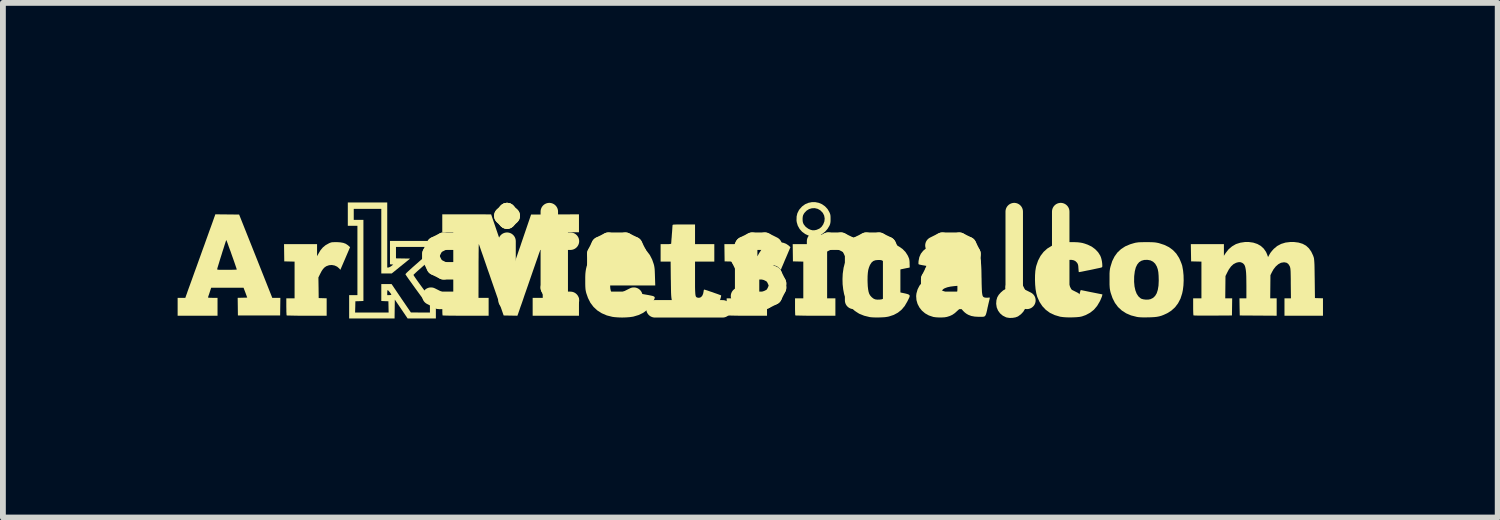
<source format=kicad_pcb>
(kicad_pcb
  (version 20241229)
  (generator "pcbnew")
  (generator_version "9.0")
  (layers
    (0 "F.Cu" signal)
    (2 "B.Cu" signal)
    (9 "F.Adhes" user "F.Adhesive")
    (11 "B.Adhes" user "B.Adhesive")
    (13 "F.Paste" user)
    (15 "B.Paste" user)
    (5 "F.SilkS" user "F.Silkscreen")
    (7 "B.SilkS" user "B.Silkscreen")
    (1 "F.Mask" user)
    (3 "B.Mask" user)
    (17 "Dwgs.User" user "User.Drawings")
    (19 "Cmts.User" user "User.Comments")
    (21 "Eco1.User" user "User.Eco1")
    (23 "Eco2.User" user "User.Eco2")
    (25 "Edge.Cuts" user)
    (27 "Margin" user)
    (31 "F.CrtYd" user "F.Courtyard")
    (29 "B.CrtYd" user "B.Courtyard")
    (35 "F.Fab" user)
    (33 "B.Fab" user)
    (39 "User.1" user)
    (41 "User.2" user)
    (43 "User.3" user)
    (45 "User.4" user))
  (footprint "site_small"
    (layer "F.Cu")
    (at 9.829 1.418)
    (property "Reference" "site_small" (at 0 0 0) (layer "F.SilkS") (effects (font (size 1.524 1.524) (thickness 0.3))))
    (attr exclude_from_pos_files exclude_from_bom)
    (fp_poly (pts (xy 1.323 0.654) (xy 1.465 0.654) (xy 1.465 0.953) (xy 1.124 0.953) (xy 1.052 0.953) (xy 0.985 0.953) (xy 0.924 0.952) (xy 0.872 0.951) (xy 0.83 0.95) (xy 0.799 0.95) (xy 0.781 0.948) (xy 0.777 0.948) (xy 0.775 0.939) (xy 0.774 0.916) (xy 0.773 0.883) (xy 0.772 0.842) (xy 0.772 0.798) (xy 0.772 0.654) (xy 0.914 0.654) (xy 0.914 0.024) (xy 0.825 0.022) (xy 0.736 0.02) (xy 0.732 -0.276) (xy 1.323 -0.276)) (stroke (width 0) (type solid)) (fill yes) (layer "F.SilkS"))
    (fp_poly (pts (xy 4.496 0.482) (xy 4.559 0.493) (xy 4.616 0.519) (xy 4.665 0.556) (xy 4.704 0.606) (xy 4.72 0.637) (xy 4.733 0.68) (xy 4.738 0.73) (xy 4.735 0.781) (xy 4.724 0.827) (xy 4.719 0.839) (xy 4.691 0.885) (xy 4.652 0.927) (xy 4.606 0.961) (xy 4.596 0.967) (xy 4.555 0.982) (xy 4.506 0.99) (xy 4.455 0.991) (xy 4.409 0.984) (xy 4.395 0.98) (xy 4.339 0.952) (xy 4.293 0.913) (xy 4.258 0.865) (xy 4.235 0.81) (xy 4.226 0.749) (xy 4.226 0.744) (xy 4.23 0.687) (xy 4.244 0.638) (xy 4.269 0.595) (xy 4.304 0.555) (xy 4.345 0.519) (xy 4.385 0.496) (xy 4.429 0.484) (xy 4.48 0.481)) (stroke (width 0) (type solid)) (fill yes) (layer "F.SilkS"))
    (fp_poly (pts (xy -7.1 -0.311) (xy -7.037 -0.307) (xy -6.985 -0.298) (xy -6.942 -0.282) (xy -6.905 -0.257) (xy -6.897 -0.25) (xy -6.868 -0.224) (xy -6.951 -0.03) (xy -7.035 0.165) (xy -7.055 0.141) (xy -7.09 0.111) (xy -7.133 0.091) (xy -7.181 0.082) (xy -7.229 0.086) (xy -7.274 0.102) (xy -7.278 0.104) (xy -7.308 0.125) (xy -7.333 0.152) (xy -7.357 0.187) (xy -7.382 0.235) (xy -7.384 0.239) (xy -7.412 0.296) (xy -7.409 0.473) (xy -7.407 0.65) (xy -7.338 0.652) (xy -7.27 0.654) (xy -7.27 0.953) (xy -7.611 0.953) (xy -7.683 0.953) (xy -7.75 0.953) (xy -7.81 0.952) (xy -7.862 0.951) (xy -7.905 0.95) (xy -7.936 0.95) (xy -7.954 0.948) (xy -7.957 0.948) (xy -7.959 0.939) (xy -7.96 0.916) (xy -7.962 0.883) (xy -7.962 0.842) (xy -7.963 0.798) (xy -7.963 0.654) (xy -7.821 0.654) (xy -7.821 0.024) (xy -7.998 0.02) (xy -8 -0.128) (xy -8.002 -0.276) (xy -7.435 -0.276) (xy -7.435 -0.069) (xy -7.414 -0.107) (xy -7.377 -0.17) (xy -7.336 -0.219) (xy -7.289 -0.258) (xy -7.233 -0.289) (xy -7.233 -0.29) (xy -7.211 -0.299) (xy -7.191 -0.306) (xy -7.169 -0.309) (xy -7.14 -0.31) (xy -7.101 -0.311)) (stroke (width 0) (type solid)) (fill yes) (layer "F.SilkS"))
    (fp_poly (pts (xy 0.461 -0.311) (xy 0.524 -0.308) (xy 0.576 -0.298) (xy 0.618 -0.282) (xy 0.656 -0.257) (xy 0.665 -0.25) (xy 0.693 -0.224) (xy 0.618 -0.047) (xy 0.596 0.003) (xy 0.577 0.049) (xy 0.56 0.089) (xy 0.546 0.121) (xy 0.538 0.141) (xy 0.535 0.148) (xy 0.528 0.167) (xy 0.507 0.142) (xy 0.47 0.11) (xy 0.424 0.09) (xy 0.37 0.084) (xy 0.321 0.089) (xy 0.278 0.107) (xy 0.24 0.139) (xy 0.206 0.184) (xy 0.184 0.224) (xy 0.158 0.279) (xy 0.158 0.654) (xy 0.291 0.654) (xy 0.291 0.953) (xy -0.05 0.953) (xy -0.122 0.953) (xy -0.189 0.953) (xy -0.249 0.952) (xy -0.301 0.951) (xy -0.344 0.95) (xy -0.375 0.95) (xy -0.393 0.948) (xy -0.396 0.948) (xy -0.398 0.939) (xy -0.4 0.916) (xy -0.401 0.883) (xy -0.401 0.842) (xy -0.402 0.798) (xy -0.402 0.654) (xy -0.26 0.654) (xy -0.26 0.024) (xy -0.349 0.022) (xy -0.437 0.02) (xy -0.441 -0.276) (xy 0.126 -0.276) (xy 0.126 -0.171) (xy 0.126 -0.067) (xy 0.155 -0.12) (xy 0.194 -0.18) (xy 0.241 -0.231) (xy 0.295 -0.271) (xy 0.322 -0.286) (xy 0.346 -0.297) (xy 0.367 -0.305) (xy 0.387 -0.309) (xy 0.413 -0.31) (xy 0.449 -0.311)) (stroke (width 0) (type solid)) (fill yes) (layer "F.SilkS"))
    (fp_poly (pts (xy 1.121 -0.997) (xy 1.18 -0.985) (xy 1.236 -0.961) (xy 1.286 -0.926) (xy 1.33 -0.879) (xy 1.359 -0.83) (xy 1.37 -0.806) (xy 1.377 -0.785) (xy 1.381 -0.761) (xy 1.382 -0.729) (xy 1.382 -0.709) (xy 1.382 -0.671) (xy 1.379 -0.643) (xy 1.374 -0.62) (xy 1.365 -0.597) (xy 1.361 -0.589) (xy 1.33 -0.538) (xy 1.29 -0.492) (xy 1.244 -0.455) (xy 1.212 -0.437) (xy 1.166 -0.422) (xy 1.115 -0.413) (xy 1.064 -0.412) (xy 1.019 -0.418) (xy 1.01 -0.42) (xy 0.948 -0.449) (xy 0.894 -0.488) (xy 0.851 -0.536) (xy 0.819 -0.593) (xy 0.801 -0.654) (xy 0.797 -0.686) (xy 0.798 -0.705) (xy 0.902 -0.705) (xy 0.903 -0.672) (xy 0.908 -0.647) (xy 0.917 -0.624) (xy 0.924 -0.612) (xy 0.957 -0.571) (xy 1.002 -0.539) (xy 1.037 -0.523) (xy 1.071 -0.514) (xy 1.103 -0.514) (xy 1.139 -0.521) (xy 1.145 -0.523) (xy 1.191 -0.543) (xy 1.227 -0.573) (xy 1.256 -0.615) (xy 1.276 -0.666) (xy 1.281 -0.717) (xy 1.272 -0.767) (xy 1.249 -0.813) (xy 1.212 -0.851) (xy 1.207 -0.856) (xy 1.161 -0.882) (xy 1.111 -0.894) (xy 1.061 -0.892) (xy 1.013 -0.878) (xy 0.97 -0.851) (xy 0.934 -0.813) (xy 0.924 -0.798) (xy 0.911 -0.773) (xy 0.905 -0.75) (xy 0.902 -0.722) (xy 0.902 -0.705) (xy 0.798 -0.705) (xy 0.799 -0.75) (xy 0.812 -0.806) (xy 0.839 -0.86) (xy 0.85 -0.875) (xy 0.894 -0.924) (xy 0.945 -0.961) (xy 1.001 -0.985) (xy 1.06 -0.997)) (stroke (width 0) (type solid)) (fill yes) (layer "F.SilkS"))
    (fp_poly (pts (xy -8.977 -0.786) (xy -8.773 -0.784) (xy -8.488 -0.069) (xy -8.204 0.646) (xy -8.065 0.646) (xy -8.067 0.797) (xy -8.069 0.949) (xy -8.794 0.949) (xy -8.796 0.798) (xy -8.798 0.646) (xy -8.634 0.642) (xy -8.665 0.557) (xy -8.697 0.473) (xy -9.253 0.473) (xy -9.278 0.549) (xy -9.289 0.583) (xy -9.299 0.611) (xy -9.305 0.63) (xy -9.307 0.636) (xy -9.305 0.641) (xy -9.293 0.644) (xy -9.27 0.645) (xy -9.233 0.646) (xy -9.228 0.646) (xy -9.144 0.646) (xy -9.144 0.953) (xy -9.829 0.953) (xy -9.829 0.646) (xy -9.697 0.646) (xy -9.685 0.612) (xy -9.681 0.6) (xy -9.671 0.574) (xy -9.658 0.535) (xy -9.64 0.485) (xy -9.618 0.425) (xy -9.593 0.356) (xy -9.565 0.278) (xy -9.535 0.194) (xy -9.521 0.156) (xy -9.15 0.156) (xy -9.147 0.16) (xy -9.138 0.162) (xy -9.122 0.164) (xy -9.097 0.165) (xy -9.061 0.165) (xy -9.012 0.165) (xy -8.983 0.165) (xy -8.934 0.165) (xy -8.889 0.164) (xy -8.853 0.163) (xy -8.828 0.162) (xy -8.814 0.16) (xy -8.813 0.159) (xy -8.816 0.15) (xy -8.823 0.128) (xy -8.834 0.096) (xy -8.848 0.055) (xy -8.864 0.009) (xy -8.882 -0.042) (xy -8.901 -0.095) (xy -8.919 -0.148) (xy -8.938 -0.198) (xy -8.955 -0.245) (xy -8.969 -0.285) (xy -8.981 -0.317) (xy -8.99 -0.338) (xy -8.993 -0.346) (xy -8.994 -0.346) (xy -8.997 -0.339) (xy -9.004 -0.319) (xy -9.014 -0.288) (xy -9.027 -0.248) (xy -9.041 -0.202) (xy -9.058 -0.151) (xy -9.074 -0.098) (xy -9.091 -0.045) (xy -9.107 0.007) (xy -9.121 0.054) (xy -9.134 0.096) (xy -9.144 0.129) (xy -9.15 0.152) (xy -9.15 0.156) (xy -9.521 0.156) (xy -9.502 0.104) (xy -9.468 0.009) (xy -9.439 -0.071) (xy -9.404 -0.169) (xy -9.37 -0.262) (xy -9.338 -0.352) (xy -9.308 -0.435) (xy -9.281 -0.511) (xy -9.256 -0.579) (xy -9.235 -0.637) (xy -9.218 -0.685) (xy -9.205 -0.722) (xy -9.197 -0.745) (xy -9.193 -0.754) (xy -9.182 -0.788)) (stroke (width 0) (type solid)) (fill yes) (layer "F.SilkS"))
    (fp_poly (pts (xy -0.945 -0.276) (xy -0.614 -0.276) (xy -0.614 0.024) (xy -0.945 0.024) (xy -0.945 0.308) (xy -0.945 0.387) (xy -0.945 0.453) (xy -0.944 0.505) (xy -0.942 0.546) (xy -0.94 0.578) (xy -0.937 0.601) (xy -0.933 0.617) (xy -0.927 0.628) (xy -0.92 0.635) (xy -0.912 0.64) (xy -0.909 0.641) (xy -0.877 0.646) (xy -0.848 0.637) (xy -0.824 0.615) (xy -0.808 0.581) (xy -0.804 0.566) (xy -0.799 0.541) (xy -0.796 0.522) (xy -0.795 0.515) (xy -0.79 0.505) (xy -0.786 0.504) (xy -0.776 0.507) (xy -0.755 0.513) (xy -0.724 0.523) (xy -0.688 0.536) (xy -0.648 0.549) (xy -0.607 0.564) (xy -0.569 0.577) (xy -0.536 0.589) (xy -0.512 0.598) (xy -0.498 0.603) (xy -0.497 0.604) (xy -0.497 0.613) (xy -0.501 0.633) (xy -0.509 0.662) (xy -0.52 0.694) (xy -0.533 0.727) (xy -0.546 0.758) (xy -0.547 0.761) (xy -0.585 0.827) (xy -0.633 0.881) (xy -0.692 0.923) (xy -0.761 0.953) (xy -0.766 0.955) (xy -0.809 0.964) (xy -0.861 0.971) (xy -0.919 0.974) (xy -0.976 0.973) (xy -1.028 0.969) (xy -1.051 0.965) (xy -1.125 0.943) (xy -1.19 0.909) (xy -1.246 0.864) (xy -1.29 0.811) (xy -1.307 0.781) (xy -1.319 0.757) (xy -1.329 0.735) (xy -1.337 0.713) (xy -1.343 0.69) (xy -1.348 0.664) (xy -1.352 0.634) (xy -1.355 0.596) (xy -1.357 0.55) (xy -1.358 0.494) (xy -1.359 0.426) (xy -1.36 0.344) (xy -1.361 0.333) (xy -1.364 0.024) (xy -1.536 0.024) (xy -1.536 -0.276) (xy -1.445 -0.276) (xy -1.403 -0.276) (xy -1.376 -0.278) (xy -1.36 -0.281) (xy -1.354 -0.285) (xy -1.354 -0.286) (xy -1.354 -0.296) (xy -1.352 -0.32) (xy -1.35 -0.354) (xy -1.346 -0.396) (xy -1.343 -0.441) (xy -1.339 -0.488) (xy -1.336 -0.53) (xy -1.334 -0.565) (xy -1.332 -0.589) (xy -1.331 -0.601) (xy -1.33 -0.605) (xy -1.326 -0.608) (xy -1.317 -0.611) (xy -1.301 -0.612) (xy -1.276 -0.613) (xy -1.241 -0.614) (xy -1.193 -0.614) (xy -1.138 -0.614) (xy -0.945 -0.614)) (stroke (width 0) (type solid)) (fill yes) (layer "F.SilkS"))
    (fp_poly (pts (xy -2.938 -0.48) (xy -3.127 -0.48) (xy -3.127 0.646) (xy -2.938 0.646) (xy -2.938 0.953) (xy -3.733 0.953) (xy -3.733 0.646) (xy -3.56 0.646) (xy -3.561 0.175) (xy -3.561 -0.295) (xy -3.579 -0.244) (xy -3.585 -0.228) (xy -3.595 -0.199) (xy -3.609 -0.157) (xy -3.628 -0.105) (xy -3.649 -0.043) (xy -3.674 0.028) (xy -3.701 0.106) (xy -3.73 0.189) (xy -3.76 0.276) (xy -3.787 0.354) (xy -3.818 0.444) (xy -3.848 0.53) (xy -3.876 0.61) (xy -3.901 0.685) (xy -3.924 0.751) (xy -3.945 0.809) (xy -3.961 0.857) (xy -3.974 0.894) (xy -3.982 0.918) (xy -3.986 0.928) (xy -3.995 0.953) (xy -4.113 0.951) (xy -4.231 0.949) (xy -4.443 0.339) (xy -4.475 0.245) (xy -4.507 0.155) (xy -4.536 0.07) (xy -4.563 -0.008) (xy -4.587 -0.078) (xy -4.609 -0.14) (xy -4.627 -0.192) (xy -4.641 -0.233) (xy -4.651 -0.261) (xy -4.657 -0.277) (xy -4.658 -0.28) (xy -4.658 -0.273) (xy -4.659 -0.253) (xy -4.66 -0.219) (xy -4.66 -0.174) (xy -4.661 -0.118) (xy -4.661 -0.053) (xy -4.662 0.02) (xy -4.662 0.099) (xy -4.662 0.179) (xy -4.663 0.646) (xy -4.489 0.646) (xy -4.489 0.953) (xy -4.882 0.953) (xy -4.959 0.953) (xy -5.031 0.953) (xy -5.097 0.952) (xy -5.155 0.952) (xy -5.204 0.951) (xy -5.242 0.95) (xy -5.268 0.949) (xy -5.279 0.948) (xy -5.28 0.948) (xy -5.281 0.939) (xy -5.283 0.916) (xy -5.284 0.883) (xy -5.284 0.842) (xy -5.285 0.795) (xy -5.285 0.646) (xy -5.096 0.646) (xy -5.096 -0.48) (xy -5.285 -0.48) (xy -5.285 -0.788) (xy -4.865 -0.788) (xy -4.446 -0.787) (xy -4.278 -0.296) (xy -4.249 -0.212) (xy -4.221 -0.132) (xy -4.196 -0.058) (xy -4.172 0.01) (xy -4.152 0.069) (xy -4.134 0.119) (xy -4.121 0.159) (xy -4.111 0.187) (xy -4.105 0.201) (xy -4.105 0.203) (xy -4.101 0.197) (xy -4.093 0.178) (xy -4.081 0.146) (xy -4.065 0.102) (xy -4.046 0.049) (xy -4.024 -0.014) (xy -3.999 -0.084) (xy -3.973 -0.161) (xy -3.944 -0.243) (xy -3.93 -0.286) (xy -3.76 -0.784) (xy -3.349 -0.786) (xy -2.938 -0.788)) (stroke (width 0) (type solid)) (fill yes) (layer "F.SilkS"))
    (fp_poly (pts (xy -6.23 0.126) (xy -6.212 0.126) (xy -6.195 0.121) (xy -6.173 0.109) (xy -6.16 0.1) (xy -6.127 0.075) (xy -6.155 0.072) (xy -6.183 0.07) (xy -6.183 -0.331) (xy -5.403 -0.331) (xy -5.403 0.071) (xy -5.492 0.071) (xy -5.58 0.071) (xy -5.679 0.158) (xy -5.712 0.187) (xy -5.74 0.213) (xy -5.762 0.234) (xy -5.776 0.247) (xy -5.779 0.252) (xy -5.776 0.26) (xy -5.764 0.279) (xy -5.745 0.307) (xy -5.72 0.343) (xy -5.691 0.384) (xy -5.658 0.429) (xy -5.534 0.599) (xy -5.395 0.599) (xy -5.395 1) (xy -5.88 1) (xy -5.99 0.838) (xy -6.1 0.676) (xy -6.102 0.838) (xy -6.104 1) (xy -6.884 1) (xy -6.884 0.599) (xy -6.742 0.599) (xy -6.742 -0.591) (xy -6.907 -0.591) (xy -6.907 -0.882) (xy -6.805 -0.882) (xy -6.805 -0.693) (xy -6.639 -0.693) (xy -6.639 0.7) (xy -6.708 0.703) (xy -6.777 0.705) (xy -6.779 0.801) (xy -6.782 0.898) (xy -6.206 0.898) (xy -6.208 0.801) (xy -6.21 0.705) (xy -6.271 0.703) (xy -6.332 0.7) (xy -6.332 0.555) (xy -6.23 0.555) (xy -6.23 0.599) (xy -6.194 0.599) (xy -6.173 0.597) (xy -6.161 0.594) (xy -6.159 0.593) (xy -6.164 0.582) (xy -6.175 0.565) (xy -6.19 0.545) (xy -6.206 0.527) (xy -6.218 0.515) (xy -6.222 0.512) (xy -6.226 0.519) (xy -6.229 0.537) (xy -6.23 0.555) (xy -6.332 0.555) (xy -6.332 0.41) (xy -6.244 0.41) (xy -6.155 0.41) (xy -5.99 0.654) (xy -5.824 0.897) (xy -5.661 0.898) (xy -5.497 0.898) (xy -5.497 0.701) (xy -5.589 0.701) (xy -5.753 0.476) (xy -5.791 0.423) (xy -5.826 0.374) (xy -5.857 0.331) (xy -5.883 0.294) (xy -5.902 0.266) (xy -5.914 0.247) (xy -5.918 0.24) (xy -5.912 0.233) (xy -5.897 0.216) (xy -5.872 0.192) (xy -5.84 0.163) (xy -5.803 0.129) (xy -5.769 0.099) (xy -5.62 -0.032) (xy -5.513 -0.032) (xy -5.513 -0.228) (xy -6.08 -0.228) (xy -6.08 -0.032) (xy -5.837 -0.028) (xy -5.995 0.1) (xy -6.153 0.228) (xy -6.332 0.228) (xy -6.332 -0.882) (xy -6.805 -0.882) (xy -6.907 -0.882) (xy -6.907 -0.992) (xy -6.23 -0.992)) (stroke (width 0) (type solid)) (fill yes) (layer "F.SilkS"))
    (fp_poly (pts (xy 6.86 -0.31) (xy 6.903 -0.309) (xy 6.937 -0.307) (xy 6.966 -0.304) (xy 6.993 -0.299) (xy 7.021 -0.293) (xy 7.113 -0.263) (xy 7.193 -0.224) (xy 7.261 -0.174) (xy 7.318 -0.114) (xy 7.364 -0.043) (xy 7.374 -0.023) (xy 7.391 0.016) (xy 7.407 0.056) (xy 7.419 0.091) (xy 7.422 0.105) (xy 7.435 0.178) (xy 7.443 0.26) (xy 7.445 0.347) (xy 7.441 0.434) (xy 7.431 0.514) (xy 7.419 0.571) (xy 7.39 0.661) (xy 7.348 0.741) (xy 7.296 0.809) (xy 7.233 0.866) (xy 7.16 0.912) (xy 7.15 0.916) (xy 7.105 0.937) (xy 7.064 0.953) (xy 7.025 0.964) (xy 6.984 0.972) (xy 6.937 0.977) (xy 6.88 0.98) (xy 6.836 0.981) (xy 6.77 0.982) (xy 6.717 0.981) (xy 6.674 0.978) (xy 6.638 0.973) (xy 6.637 0.972) (xy 6.542 0.948) (xy 6.456 0.911) (xy 6.382 0.863) (xy 6.318 0.804) (xy 6.265 0.733) (xy 6.223 0.65) (xy 6.192 0.56) (xy 6.185 0.532) (xy 6.18 0.507) (xy 6.176 0.481) (xy 6.174 0.453) (xy 6.172 0.417) (xy 6.172 0.371) (xy 6.594 0.371) (xy 6.601 0.45) (xy 6.616 0.518) (xy 6.638 0.575) (xy 6.668 0.621) (xy 6.704 0.653) (xy 6.722 0.663) (xy 6.755 0.672) (xy 6.796 0.677) (xy 6.839 0.676) (xy 6.875 0.669) (xy 6.877 0.668) (xy 6.92 0.647) (xy 6.955 0.613) (xy 6.982 0.568) (xy 7.001 0.509) (xy 7.013 0.438) (xy 7.017 0.353) (xy 7.017 0.343) (xy 7.015 0.267) (xy 7.01 0.205) (xy 7 0.154) (xy 6.985 0.111) (xy 6.983 0.106) (xy 6.955 0.059) (xy 6.919 0.025) (xy 6.875 0.003) (xy 6.825 -0.006) (xy 6.768 -0.005) (xy 6.72 0.009) (xy 6.68 0.034) (xy 6.648 0.073) (xy 6.623 0.124) (xy 6.606 0.19) (xy 6.596 0.269) (xy 6.595 0.284) (xy 6.594 0.371) (xy 6.172 0.371) (xy 6.172 0.371) (xy 6.172 0.331) (xy 6.172 0.275) (xy 6.172 0.231) (xy 6.174 0.196) (xy 6.177 0.168) (xy 6.181 0.142) (xy 6.187 0.116) (xy 6.189 0.109) (xy 6.218 0.016) (xy 6.258 -0.064) (xy 6.308 -0.133) (xy 6.37 -0.191) (xy 6.442 -0.238) (xy 6.527 -0.274) (xy 6.591 -0.293) (xy 6.618 -0.3) (xy 6.645 -0.304) (xy 6.675 -0.308) (xy 6.71 -0.309) (xy 6.754 -0.31) (xy 6.805 -0.311)) (stroke (width 0) (type solid)) (fill yes) (layer "F.SilkS"))
    (fp_poly (pts (xy 5.573 -0.31) (xy 5.624 -0.308) (xy 5.668 -0.303) (xy 5.707 -0.296) (xy 5.746 -0.285) (xy 5.788 -0.27) (xy 5.797 -0.267) (xy 5.865 -0.234) (xy 5.925 -0.19) (xy 5.975 -0.138) (xy 6.012 -0.08) (xy 6.024 -0.051) (xy 6.033 -0.021) (xy 6.041 0.016) (xy 6.046 0.054) (xy 6.046 0.055) (xy 6.048 0.086) (xy 6.048 0.105) (xy 6.046 0.116) (xy 6.04 0.122) (xy 6.032 0.125) (xy 6.02 0.128) (xy 5.996 0.134) (xy 5.962 0.141) (xy 5.92 0.15) (xy 5.874 0.16) (xy 5.826 0.17) (xy 5.779 0.179) (xy 5.735 0.188) (xy 5.697 0.196) (xy 5.668 0.201) (xy 5.65 0.204) (xy 5.646 0.205) (xy 5.643 0.198) (xy 5.641 0.178) (xy 5.639 0.15) (xy 5.638 0.138) (xy 5.635 0.096) (xy 5.627 0.065) (xy 5.613 0.042) (xy 5.591 0.02) (xy 5.582 0.013) (xy 5.556 0.001) (xy 5.521 -0.006) (xy 5.484 -0.006) (xy 5.454 0.000036) (xy 5.414 0.021) (xy 5.38 0.053) (xy 5.354 0.094) (xy 5.348 0.107) (xy 5.335 0.153) (xy 5.326 0.21) (xy 5.32 0.275) (xy 5.317 0.345) (xy 5.318 0.397) (xy 5.325 0.476) (xy 5.338 0.541) (xy 5.358 0.592) (xy 5.385 0.631) (xy 5.419 0.657) (xy 5.461 0.672) (xy 5.509 0.677) (xy 5.561 0.671) (xy 5.603 0.652) (xy 5.636 0.621) (xy 5.658 0.579) (xy 5.667 0.545) (xy 5.672 0.523) (xy 5.678 0.514) (xy 5.685 0.514) (xy 5.697 0.516) (xy 5.721 0.521) (xy 5.756 0.528) (xy 5.799 0.537) (xy 5.848 0.547) (xy 5.874 0.552) (xy 6.05 0.587) (xy 6.045 0.61) (xy 6.04 0.627) (xy 6.029 0.654) (xy 6.015 0.687) (xy 6.004 0.709) (xy 5.959 0.785) (xy 5.904 0.85) (xy 5.838 0.902) (xy 5.763 0.942) (xy 5.698 0.965) (xy 5.66 0.973) (xy 5.61 0.978) (xy 5.553 0.981) (xy 5.492 0.982) (xy 5.432 0.981) (xy 5.377 0.977) (xy 5.331 0.971) (xy 5.321 0.969) (xy 5.23 0.942) (xy 5.149 0.904) (xy 5.079 0.853) (xy 5.02 0.791) (xy 4.971 0.718) (xy 4.933 0.633) (xy 4.93 0.625) (xy 4.914 0.566) (xy 4.902 0.496) (xy 4.895 0.419) (xy 4.892 0.339) (xy 4.893 0.259) (xy 4.898 0.185) (xy 4.909 0.119) (xy 4.914 0.098) (xy 4.945 0.007) (xy 4.987 -0.074) (xy 5.04 -0.143) (xy 5.103 -0.2) (xy 5.178 -0.246) (xy 5.263 -0.281) (xy 5.304 -0.293) (xy 5.335 -0.3) (xy 5.365 -0.305) (xy 5.396 -0.308) (xy 5.435 -0.31) (xy 5.483 -0.311) (xy 5.509 -0.311)) (stroke (width 0) (type solid)) (fill yes) (layer "F.SilkS"))
    (fp_poly (pts (xy 9.337 -0.313) (xy 9.417 -0.303) (xy 9.487 -0.282) (xy 9.546 -0.25) (xy 9.595 -0.205) (xy 9.636 -0.147) (xy 9.669 -0.077) (xy 9.676 -0.055) (xy 9.68 -0.043) (xy 9.683 -0.028) (xy 9.685 -0.01) (xy 9.687 0.013) (xy 9.689 0.043) (xy 9.691 0.081) (xy 9.692 0.13) (xy 9.693 0.19) (xy 9.694 0.263) (xy 9.695 0.319) (xy 9.699 0.65) (xy 9.768 0.652) (xy 9.837 0.654) (xy 9.837 0.953) (xy 9.176 0.953) (xy 9.176 0.654) (xy 9.287 0.654) (xy 9.284 0.396) (xy 9.284 0.325) (xy 9.283 0.268) (xy 9.282 0.223) (xy 9.281 0.188) (xy 9.279 0.162) (xy 9.277 0.142) (xy 9.274 0.128) (xy 9.271 0.116) (xy 9.267 0.105) (xy 9.265 0.101) (xy 9.243 0.066) (xy 9.216 0.045) (xy 9.181 0.037) (xy 9.164 0.036) (xy 9.116 0.044) (xy 9.071 0.068) (xy 9.028 0.105) (xy 8.988 0.156) (xy 8.962 0.202) (xy 8.935 0.256) (xy 8.931 0.654) (xy 9.042 0.654) (xy 9.042 0.953) (xy 8.725 0.951) (xy 8.408 0.949) (xy 8.405 0.801) (xy 8.403 0.654) (xy 8.522 0.654) (xy 8.522 0.435) (xy 8.521 0.348) (xy 8.52 0.275) (xy 8.517 0.215) (xy 8.512 0.167) (xy 8.505 0.128) (xy 8.497 0.099) (xy 8.485 0.076) (xy 8.471 0.06) (xy 8.455 0.048) (xy 8.448 0.044) (xy 8.421 0.034) (xy 8.394 0.033) (xy 8.363 0.039) (xy 8.344 0.045) (xy 8.3 0.068) (xy 8.259 0.106) (xy 8.221 0.158) (xy 8.197 0.203) (xy 8.163 0.272) (xy 8.161 0.463) (xy 8.159 0.654) (xy 8.278 0.654) (xy 8.276 0.801) (xy 8.274 0.949) (xy 7.946 0.951) (xy 7.876 0.951) (xy 7.811 0.951) (xy 7.752 0.951) (xy 7.701 0.951) (xy 7.661 0.95) (xy 7.632 0.949) (xy 7.616 0.948) (xy 7.614 0.948) (xy 7.612 0.939) (xy 7.61 0.916) (xy 7.609 0.883) (xy 7.608 0.842) (xy 7.608 0.798) (xy 7.608 0.654) (xy 7.75 0.654) (xy 7.75 0.024) (xy 7.661 0.022) (xy 7.573 0.02) (xy 7.568 -0.276) (xy 8.136 -0.276) (xy 8.136 -0.076) (xy 8.166 -0.123) (xy 8.216 -0.187) (xy 8.276 -0.238) (xy 8.343 -0.277) (xy 8.419 -0.301) (xy 8.502 -0.313) (xy 8.561 -0.313) (xy 8.64 -0.302) (xy 8.71 -0.279) (xy 8.77 -0.245) (xy 8.82 -0.199) (xy 8.859 -0.143) (xy 8.878 -0.1) (xy 8.894 -0.054) (xy 8.919 -0.1) (xy 8.936 -0.128) (xy 8.961 -0.16) (xy 8.988 -0.19) (xy 8.991 -0.194) (xy 9.051 -0.244) (xy 9.119 -0.28) (xy 9.194 -0.303) (xy 9.278 -0.313)) (stroke (width 0) (type solid)) (fill yes) (layer "F.SilkS"))
    (fp_poly (pts (xy 2.284 -0.31) (xy 2.342 -0.305) (xy 2.39 -0.298) (xy 2.398 -0.297) (xy 2.482 -0.271) (xy 2.556 -0.236) (xy 2.619 -0.192) (xy 2.67 -0.139) (xy 2.707 -0.081) (xy 2.721 -0.05) (xy 2.731 -0.025) (xy 2.736 0.001) (xy 2.739 0.034) (xy 2.739 0.052) (xy 2.74 0.084) (xy 2.741 0.109) (xy 2.74 0.124) (xy 2.739 0.126) (xy 2.73 0.128) (xy 2.709 0.132) (xy 2.676 0.138) (xy 2.634 0.147) (xy 2.585 0.157) (xy 2.543 0.165) (xy 2.49 0.176) (xy 2.442 0.186) (xy 2.402 0.194) (xy 2.371 0.2) (xy 2.352 0.204) (xy 2.346 0.205) (xy 2.343 0.198) (xy 2.341 0.178) (xy 2.338 0.151) (xy 2.338 0.143) (xy 2.332 0.094) (xy 2.32 0.057) (xy 2.3 0.029) (xy 2.281 0.013) (xy 2.265 0.003) (xy 2.246 -0.002) (xy 2.217 -0.004) (xy 2.202 -0.004) (xy 2.155 -0.000014) (xy 2.118 0.013) (xy 2.088 0.037) (xy 2.063 0.075) (xy 2.056 0.088) (xy 2.041 0.126) (xy 2.029 0.168) (xy 2.022 0.216) (xy 2.018 0.274) (xy 2.017 0.342) (xy 2.018 0.382) (xy 2.021 0.448) (xy 2.027 0.501) (xy 2.035 0.543) (xy 2.046 0.577) (xy 2.062 0.605) (xy 2.083 0.629) (xy 2.091 0.637) (xy 2.119 0.659) (xy 2.148 0.672) (xy 2.183 0.677) (xy 2.228 0.676) (xy 2.263 0.671) (xy 2.289 0.66) (xy 2.304 0.65) (xy 2.332 0.621) (xy 2.352 0.585) (xy 2.362 0.547) (xy 2.363 0.538) (xy 2.364 0.52) (xy 2.368 0.512) (xy 2.369 0.512) (xy 2.378 0.514) (xy 2.4 0.518) (xy 2.433 0.525) (xy 2.476 0.533) (xy 2.524 0.543) (xy 2.56 0.55) (xy 2.621 0.562) (xy 2.668 0.572) (xy 2.702 0.581) (xy 2.725 0.59) (xy 2.737 0.6) (xy 2.741 0.614) (xy 2.737 0.632) (xy 2.726 0.657) (xy 2.71 0.689) (xy 2.7 0.709) (xy 2.655 0.786) (xy 2.602 0.849) (xy 2.539 0.9) (xy 2.467 0.939) (xy 2.385 0.966) (xy 2.356 0.972) (xy 2.315 0.978) (xy 2.264 0.981) (xy 2.208 0.983) (xy 2.151 0.983) (xy 2.099 0.981) (xy 2.058 0.977) (xy 2.053 0.976) (xy 1.959 0.953) (xy 1.874 0.919) (xy 1.8 0.872) (xy 1.736 0.814) (xy 1.684 0.745) (xy 1.643 0.665) (xy 1.614 0.579) (xy 1.599 0.5) (xy 1.589 0.412) (xy 1.587 0.321) (xy 1.591 0.235) (xy 1.591 0.233) (xy 1.606 0.128) (xy 1.632 0.034) (xy 1.667 -0.048) (xy 1.713 -0.118) (xy 1.77 -0.178) (xy 1.838 -0.227) (xy 1.917 -0.266) (xy 1.997 -0.293) (xy 2.04 -0.301) (xy 2.095 -0.307) (xy 2.156 -0.311) (xy 2.221 -0.312)) (stroke (width 0) (type solid)) (fill yes) (layer "F.SilkS"))
    (fp_poly (pts (xy -2.142 -0.31) (xy -2.087 -0.307) (xy -2.041 -0.301) (xy -1.999 -0.291) (xy -1.958 -0.277) (xy -1.914 -0.258) (xy -1.901 -0.252) (xy -1.831 -0.21) (xy -1.771 -0.155) (xy -1.721 -0.089) (xy -1.681 -0.011) (xy -1.654 0.067) (xy -1.647 0.094) (xy -1.642 0.123) (xy -1.638 0.156) (xy -1.636 0.197) (xy -1.634 0.249) (xy -1.633 0.282) (xy -1.628 0.433) (xy -2.402 0.433) (xy -2.402 0.459) (xy -2.399 0.491) (xy -2.39 0.53) (xy -2.378 0.568) (xy -2.365 0.599) (xy -2.362 0.604) (xy -2.345 0.624) (xy -2.322 0.644) (xy -2.309 0.652) (xy -2.292 0.661) (xy -2.277 0.667) (xy -2.26 0.671) (xy -2.236 0.673) (xy -2.202 0.673) (xy -2.177 0.673) (xy -2.136 0.673) (xy -2.108 0.672) (xy -2.088 0.67) (xy -2.073 0.665) (xy -2.059 0.658) (xy -2.05 0.652) (xy -2.019 0.623) (xy -2.003 0.595) (xy -1.992 0.574) (xy -1.981 0.561) (xy -1.977 0.56) (xy -1.966 0.561) (xy -1.942 0.565) (xy -1.907 0.571) (xy -1.864 0.578) (xy -1.816 0.586) (xy -1.8 0.589) (xy -1.742 0.599) (xy -1.698 0.608) (xy -1.667 0.615) (xy -1.648 0.624) (xy -1.638 0.634) (xy -1.637 0.649) (xy -1.644 0.668) (xy -1.656 0.694) (xy -1.671 0.724) (xy -1.715 0.795) (xy -1.77 0.855) (xy -1.836 0.904) (xy -1.913 0.941) (xy -2 0.967) (xy -2.008 0.969) (xy -2.063 0.977) (xy -2.128 0.982) (xy -2.197 0.984) (xy -2.266 0.982) (xy -2.329 0.977) (xy -2.365 0.972) (xy -2.46 0.948) (xy -2.546 0.911) (xy -2.622 0.863) (xy -2.687 0.803) (xy -2.741 0.732) (xy -2.783 0.649) (xy -2.813 0.563) (xy -2.819 0.537) (xy -2.824 0.512) (xy -2.827 0.484) (xy -2.829 0.451) (xy -2.83 0.407) (xy -2.83 0.354) (xy -2.83 0.288) (xy -2.828 0.234) (xy -2.823 0.187) (xy -2.821 0.175) (xy -2.397 0.175) (xy -2.396 0.177) (xy -2.387 0.178) (xy -2.365 0.179) (xy -2.332 0.18) (xy -2.29 0.181) (xy -2.242 0.181) (xy -2.227 0.181) (xy -2.061 0.181) (xy -2.065 0.131) (xy -2.075 0.077) (xy -2.095 0.035) (xy -2.126 0.005) (xy -2.167 -0.014) (xy -2.202 -0.021) (xy -2.254 -0.02) (xy -2.299 -0.007) (xy -2.337 0.019) (xy -2.365 0.056) (xy -2.367 0.061) (xy -2.377 0.084) (xy -2.386 0.112) (xy -2.393 0.139) (xy -2.397 0.162) (xy -2.397 0.175) (xy -2.821 0.175) (xy -2.816 0.146) (xy -2.806 0.105) (xy -2.791 0.061) (xy -2.786 0.045) (xy -2.747 -0.038) (xy -2.697 -0.112) (xy -2.635 -0.176) (xy -2.562 -0.229) (xy -2.479 -0.27) (xy -2.41 -0.293) (xy -2.382 -0.3) (xy -2.355 -0.305) (xy -2.327 -0.308) (xy -2.293 -0.31) (xy -2.249 -0.31) (xy -2.209 -0.311)) (stroke (width 0) (type solid)) (fill yes) (layer "F.SilkS"))
    (fp_poly (pts (xy 3.501 -0.313) (xy 3.589 -0.306) (xy 3.664 -0.294) (xy 3.728 -0.275) (xy 3.783 -0.249) (xy 3.831 -0.216) (xy 3.856 -0.193) (xy 3.892 -0.151) (xy 3.92 -0.104) (xy 3.943 -0.048) (xy 3.954 -0.006) (xy 3.959 0.014) (xy 3.963 0.035) (xy 3.966 0.058) (xy 3.968 0.087) (xy 3.97 0.122) (xy 3.972 0.166) (xy 3.973 0.221) (xy 3.974 0.289) (xy 3.975 0.319) (xy 3.976 0.396) (xy 3.978 0.46) (xy 3.98 0.51) (xy 3.982 0.55) (xy 3.986 0.579) (xy 3.99 0.601) (xy 3.996 0.617) (xy 4.003 0.627) (xy 4.012 0.634) (xy 4.022 0.639) (xy 4.044 0.643) (xy 4.071 0.644) (xy 4.082 0.643) (xy 4.106 0.641) (xy 4.117 0.644) (xy 4.117 0.648) (xy 4.114 0.658) (xy 4.109 0.682) (xy 4.101 0.715) (xy 4.091 0.757) (xy 4.081 0.803) (xy 4.079 0.809) (xy 4.068 0.863) (xy 4.058 0.904) (xy 4.049 0.933) (xy 4.039 0.952) (xy 4.027 0.964) (xy 4.009 0.97) (xy 3.985 0.972) (xy 3.953 0.972) (xy 3.926 0.972) (xy 3.857 0.968) (xy 3.798 0.957) (xy 3.746 0.937) (xy 3.712 0.917) (xy 3.685 0.896) (xy 3.659 0.871) (xy 3.637 0.845) (xy 3.623 0.822) (xy 3.621 0.818) (xy 3.615 0.82) (xy 3.6 0.832) (xy 3.579 0.85) (xy 3.56 0.868) (xy 3.516 0.908) (xy 3.474 0.937) (xy 3.429 0.958) (xy 3.381 0.973) (xy 3.342 0.98) (xy 3.293 0.983) (xy 3.241 0.983) (xy 3.19 0.98) (xy 3.147 0.974) (xy 3.141 0.972) (xy 3.069 0.948) (xy 3.005 0.912) (xy 2.951 0.866) (xy 2.908 0.812) (xy 2.876 0.751) (xy 2.857 0.685) (xy 2.852 0.615) (xy 2.855 0.585) (xy 3.269 0.585) (xy 3.271 0.62) (xy 3.283 0.651) (xy 3.306 0.675) (xy 3.318 0.682) (xy 3.348 0.689) (xy 3.386 0.691) (xy 3.425 0.686) (xy 3.461 0.675) (xy 3.47 0.671) (xy 3.508 0.646) (xy 3.536 0.613) (xy 3.552 0.573) (xy 3.559 0.521) (xy 3.56 0.5) (xy 3.56 0.44) (xy 3.503 0.445) (xy 3.44 0.453) (xy 3.386 0.465) (xy 3.343 0.481) (xy 3.323 0.492) (xy 3.295 0.518) (xy 3.277 0.55) (xy 3.269 0.585) (xy 2.855 0.585) (xy 2.857 0.569) (xy 2.877 0.499) (xy 2.91 0.435) (xy 2.957 0.38) (xy 3.017 0.332) (xy 3.09 0.292) (xy 3.176 0.26) (xy 3.274 0.236) (xy 3.384 0.221) (xy 3.456 0.215) (xy 3.562 0.21) (xy 3.558 0.142) (xy 3.553 0.088) (xy 3.541 0.047) (xy 3.523 0.018) (xy 3.495 -0.000358) (xy 3.458 -0.01) (xy 3.426 -0.012) (xy 3.38 -0.007) (xy 3.345 0.007) (xy 3.322 0.032) (xy 3.307 0.069) (xy 3.302 0.102) (xy 3.299 0.128) (xy 3.296 0.142) (xy 3.29 0.146) (xy 3.281 0.145) (xy 3.269 0.143) (xy 3.243 0.138) (xy 3.208 0.131) (xy 3.164 0.123) (xy 3.114 0.114) (xy 3.095 0.11) (xy 3.044 0.101) (xy 2.998 0.092) (xy 2.958 0.085) (xy 2.928 0.079) (xy 2.91 0.075) (xy 2.907 0.074) (xy 2.897 0.071) (xy 2.892 0.065) (xy 2.891 0.053) (xy 2.892 0.03) (xy 2.893 0.014) (xy 2.906 -0.052) (xy 2.932 -0.111) (xy 2.973 -0.163) (xy 3.027 -0.208) (xy 3.091 -0.244) (xy 3.167 -0.275) (xy 3.247 -0.297) (xy 3.336 -0.31) (xy 3.434 -0.314)) (stroke (width 0) (type solid)) (fill yes) (layer "F.SilkS")))
  (gr_rect
    (start -3 -3)
    (end 22.666 5.836)
    (stroke (width 0.1) (type default))
    (fill no)
    (layer "Edge.Cuts")))
</source>
